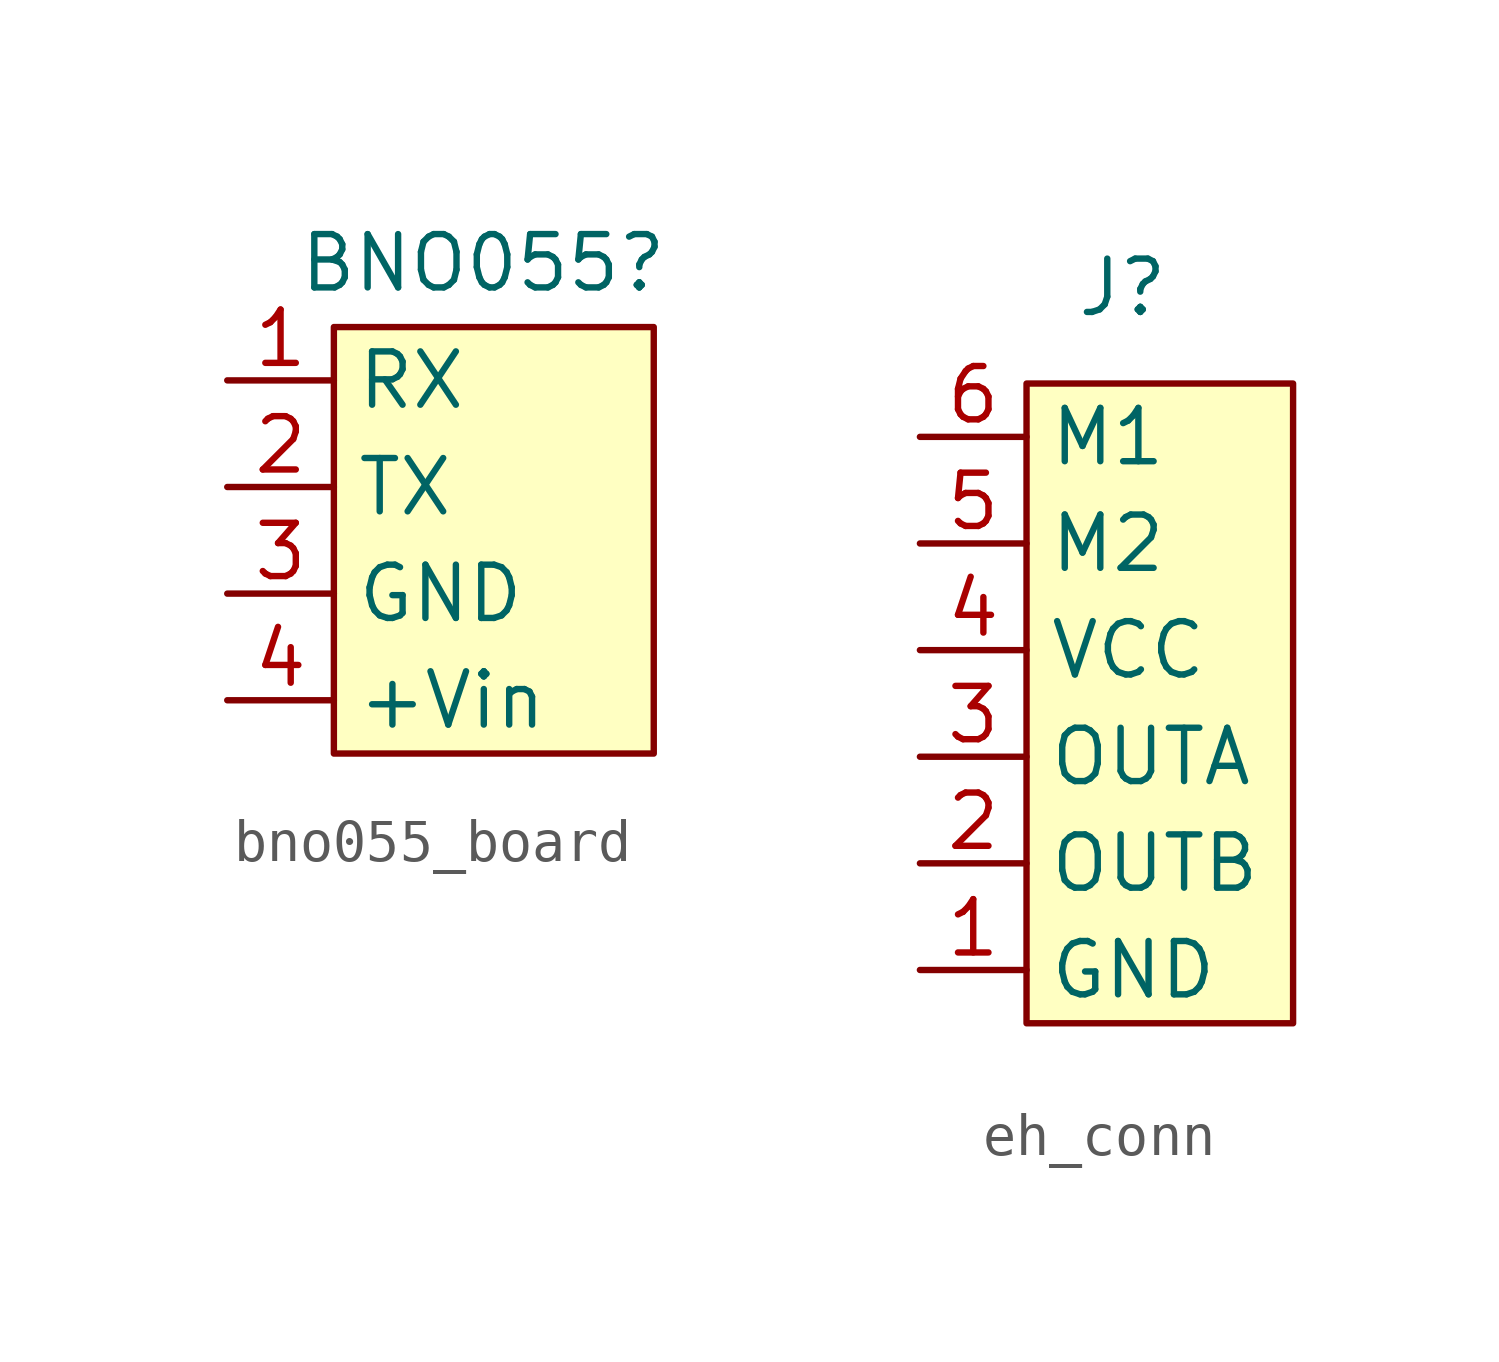
<source format=kicad_sym>
(kicad_symbol_lib
  (version 20231120)
  (generator "kicad_symbol_editor")
  (generator_version "8.0")
  (symbol "bno055_board"
    (property "Reference" "BNO055"
      (at -0.254 6.604 0)
      (effects (font (size 1.27 1.27))))
    (property "Value" ""
      (at -2.54 1.27 0)
      (effects (font (size 1.27 1.27))))
    (symbol "bno055_board_1_1"
      (rectangle (start -3.81 5.08) (end 3.81 -5.08) (stroke (width 0) (type default)) (fill (type background)))
      (pin passive line (at -6.35 3.81 0) (length 2.54) (name "RX" (effects (font (size 1.27 1.27)))) (number "1" (effects (font (size 1.27 1.27)))))
      (pin passive line (at -6.35 1.27 0) (length 2.54) (name "TX" (effects (font (size 1.27 1.27)))) (number "2" (effects (font (size 1.27 1.27)))))
      (pin passive line (at -6.35 -1.27 0) (length 2.54) (name "GND" (effects (font (size 1.27 1.27)))) (number "3" (effects (font (size 1.27 1.27)))))
      (pin passive line (at -6.35 -3.81 0) (length 2.54) (name "+Vin" (effects (font (size 1.27 1.27)))) (number "4" (effects (font (size 1.27 1.27)))))))
  (symbol "eh_conn"
    (property "Reference" "J"
      (at -0.254 9.906 0)
      (effects (font (size 1.27 1.27))))
    (property "Value" ""
      (at -5.08 6.35 0)
      (effects (font (size 1.27 1.27))))
    (symbol "eh_conn_1_0"
      (pin passive line (at -5.08 -6.35 0) (length 2.54) (name "GND" (effects (font (size 1.27 1.27)))) (number "1" (effects (font (size 1.27 1.27)))))
      (pin passive line (at -5.08 -3.81 0) (length 2.54) (name "OUTB" (effects (font (size 1.27 1.27)))) (number "2" (effects (font (size 1.27 1.27)))))
      (pin passive line (at -5.08 -1.27 0) (length 2.54) (name "OUTA" (effects (font (size 1.27 1.27)))) (number "3" (effects (font (size 1.27 1.27)))))
      (pin passive line (at -5.08 1.27 0) (length 2.54) (name "VCC" (effects (font (size 1.27 1.27)))) (number "4" (effects (font (size 1.27 1.27)))))
      (pin passive line (at -5.08 3.81 0) (length 2.54) (name "M2" (effects (font (size 1.27 1.27)))) (number "5" (effects (font (size 1.27 1.27)))))
      (pin passive line (at -5.08 6.35 0) (length 2.54) (name "M1" (effects (font (size 1.27 1.27)))) (number "6" (effects (font (size 1.27 1.27))))))
    (symbol "eh_conn_1_1"
      (rectangle (start -2.54 7.62) (end 3.81 -7.62) (stroke (width 0) (type default)) (fill (type background))))))
</source>
